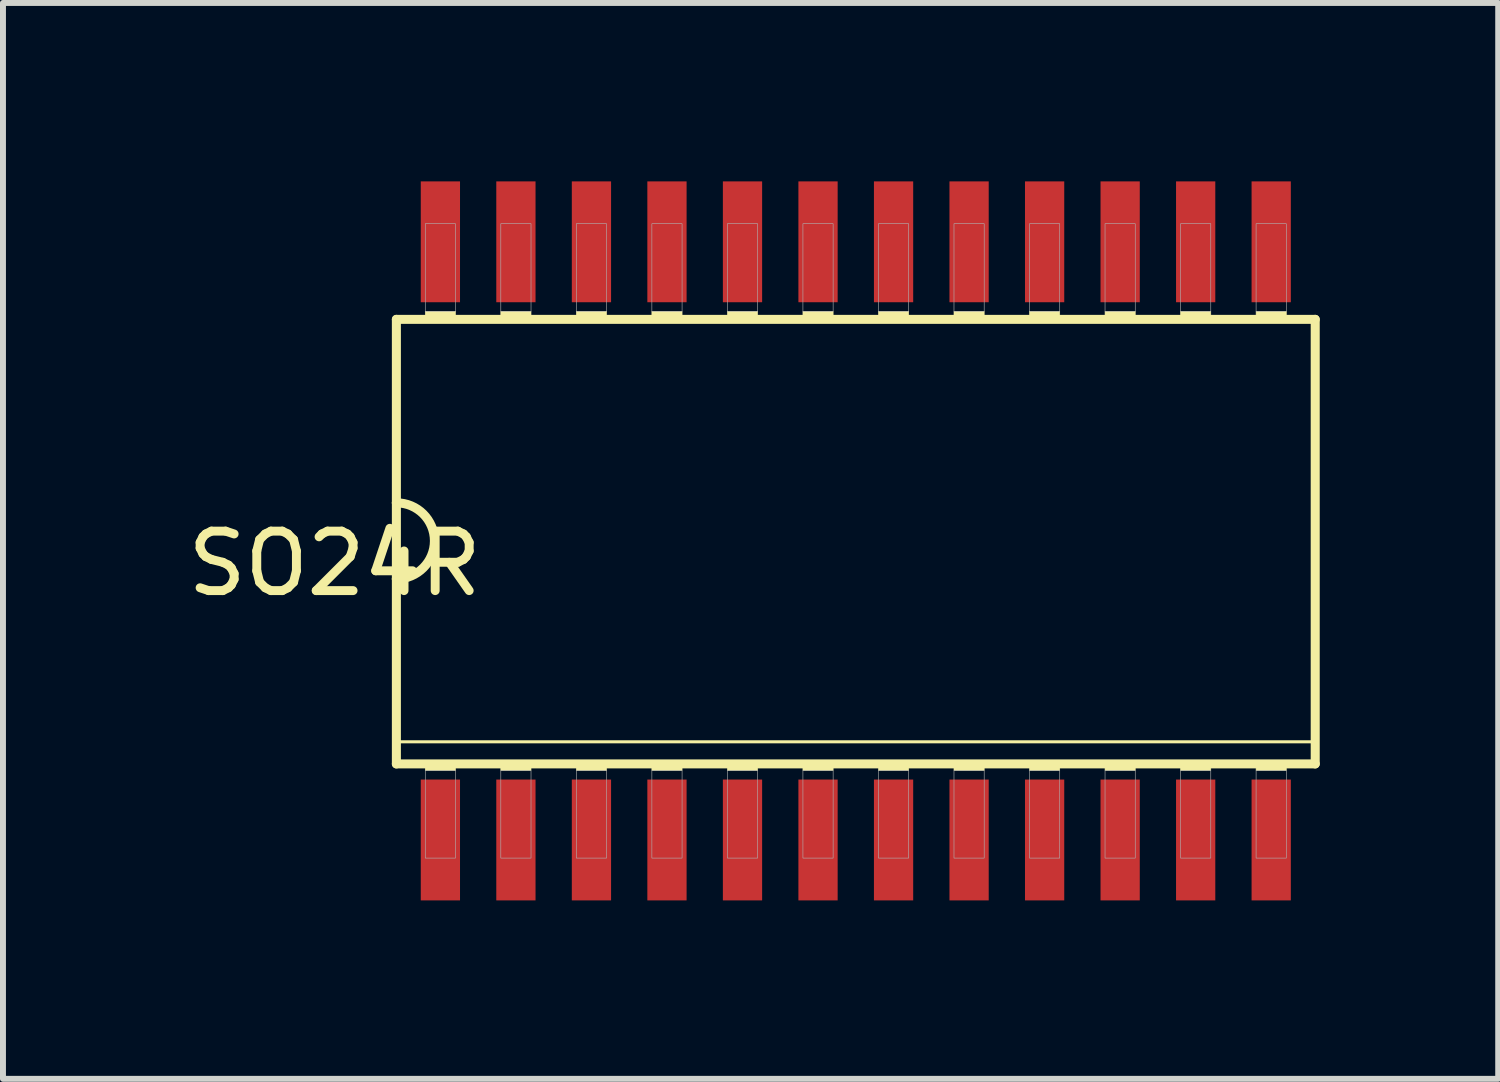
<source format=kicad_pcb>
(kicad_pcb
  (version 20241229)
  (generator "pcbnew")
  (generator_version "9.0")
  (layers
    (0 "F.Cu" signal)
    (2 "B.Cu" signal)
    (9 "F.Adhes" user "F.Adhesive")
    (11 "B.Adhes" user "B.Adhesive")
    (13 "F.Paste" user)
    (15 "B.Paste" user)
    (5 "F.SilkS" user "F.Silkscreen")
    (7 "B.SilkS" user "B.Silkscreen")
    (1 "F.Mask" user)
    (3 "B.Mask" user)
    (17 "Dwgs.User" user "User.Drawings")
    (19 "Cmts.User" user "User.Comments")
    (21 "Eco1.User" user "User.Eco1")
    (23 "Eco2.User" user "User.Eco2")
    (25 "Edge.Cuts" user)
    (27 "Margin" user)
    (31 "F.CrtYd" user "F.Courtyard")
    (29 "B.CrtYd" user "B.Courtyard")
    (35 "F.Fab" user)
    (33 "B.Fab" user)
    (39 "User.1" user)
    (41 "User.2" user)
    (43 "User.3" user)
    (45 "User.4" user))
  (footprint "SO24R"
    (layer "F.Cu")
    (at 11.34 6.045)
    (property "Reference" "SO24R" (at -8.763 0.381 180) (layer "F.SilkS") (effects (font (size 1 1) (thickness 0.15))))
    (attr through_hole)
    (fp_line (start -7.747 3.378) (end 7.747 3.378) (stroke (width 0.051) (type solid)) (layer "F.SilkS"))
    (fp_line (start -7.725 -3.725) (end -7.725 -0.64) (stroke (width 0.152) (type solid)) (layer "F.SilkS"))
    (fp_line (start -7.725 -0.64) (end -7.725 0.64) (stroke (width 0.152) (type solid)) (layer "F.SilkS"))
    (fp_line (start -7.725 0.64) (end -7.725 3.75) (stroke (width 0.152) (type solid)) (layer "F.SilkS"))
    (fp_line (start -7.725 3.75) (end 7.725 3.75) (stroke (width 0.152) (type solid)) (layer "F.SilkS"))
    (fp_line (start 7.725 -3.725) (end -7.725 -3.725) (stroke (width 0.152) (type solid)) (layer "F.SilkS"))
    (fp_line (start 7.725 3.75) (end 7.725 -3.725) (stroke (width 0.152) (type solid)) (layer "F.SilkS"))
    (fp_arc (start -7.725 -0.64) (mid -7.085 0) (end -7.725 0.64) (stroke (width 0.1524) (type solid)) (layer "F.SilkS"))
    (fp_poly (pts (xy -7.239 -3.861) (xy -6.731 -3.861) (xy -6.731 -3.734) (xy -7.239 -3.734)) (stroke (width 0.01) (type solid)) (fill yes) (layer "F.SilkS"))
    (fp_poly (pts (xy -7.239 3.734) (xy -6.731 3.734) (xy -6.731 3.861) (xy -7.239 3.861)) (stroke (width 0.01) (type solid)) (fill yes) (layer "F.SilkS"))
    (fp_poly (pts (xy -5.969 -3.861) (xy -5.461 -3.861) (xy -5.461 -3.734) (xy -5.969 -3.734)) (stroke (width 0.01) (type solid)) (fill yes) (layer "F.SilkS"))
    (fp_poly (pts (xy -5.969 3.734) (xy -5.461 3.734) (xy -5.461 3.861) (xy -5.969 3.861)) (stroke (width 0.01) (type solid)) (fill yes) (layer "F.SilkS"))
    (fp_poly (pts (xy -4.699 -3.861) (xy -4.191 -3.861) (xy -4.191 -3.734) (xy -4.699 -3.734)) (stroke (width 0.01) (type solid)) (fill yes) (layer "F.SilkS"))
    (fp_poly (pts (xy -4.699 3.734) (xy -4.191 3.734) (xy -4.191 3.861) (xy -4.699 3.861)) (stroke (width 0.01) (type solid)) (fill yes) (layer "F.SilkS"))
    (fp_poly (pts (xy -3.429 -3.861) (xy -2.921 -3.861) (xy -2.921 -3.734) (xy -3.429 -3.734)) (stroke (width 0.01) (type solid)) (fill yes) (layer "F.SilkS"))
    (fp_poly (pts (xy -3.429 3.734) (xy -2.921 3.734) (xy -2.921 3.861) (xy -3.429 3.861)) (stroke (width 0.01) (type solid)) (fill yes) (layer "F.SilkS"))
    (fp_poly (pts (xy -2.159 -3.861) (xy -1.651 -3.861) (xy -1.651 -3.734) (xy -2.159 -3.734)) (stroke (width 0.01) (type solid)) (fill yes) (layer "F.SilkS"))
    (fp_poly (pts (xy -2.159 3.734) (xy -1.651 3.734) (xy -1.651 3.861) (xy -2.159 3.861)) (stroke (width 0.01) (type solid)) (fill yes) (layer "F.SilkS"))
    (fp_poly (pts (xy -0.889 -3.861) (xy -0.381 -3.861) (xy -0.381 -3.734) (xy -0.889 -3.734)) (stroke (width 0.01) (type solid)) (fill yes) (layer "F.SilkS"))
    (fp_poly (pts (xy -0.889 3.734) (xy -0.381 3.734) (xy -0.381 3.861) (xy -0.889 3.861)) (stroke (width 0.01) (type solid)) (fill yes) (layer "F.SilkS"))
    (fp_poly (pts (xy 0.381 -3.861) (xy 0.889 -3.861) (xy 0.889 -3.734) (xy 0.381 -3.734)) (stroke (width 0.01) (type solid)) (fill yes) (layer "F.SilkS"))
    (fp_poly (pts (xy 0.381 3.734) (xy 0.889 3.734) (xy 0.889 3.861) (xy 0.381 3.861)) (stroke (width 0.01) (type solid)) (fill yes) (layer "F.SilkS"))
    (fp_poly (pts (xy 1.651 -3.861) (xy 2.159 -3.861) (xy 2.159 -3.734) (xy 1.651 -3.734)) (stroke (width 0.01) (type solid)) (fill yes) (layer "F.SilkS"))
    (fp_poly (pts (xy 1.651 3.734) (xy 2.159 3.734) (xy 2.159 3.861) (xy 1.651 3.861)) (stroke (width 0.01) (type solid)) (fill yes) (layer "F.SilkS"))
    (fp_poly (pts (xy 2.921 -3.861) (xy 3.429 -3.861) (xy 3.429 -3.734) (xy 2.921 -3.734)) (stroke (width 0.01) (type solid)) (fill yes) (layer "F.SilkS"))
    (fp_poly (pts (xy 2.921 3.734) (xy 3.429 3.734) (xy 3.429 3.861) (xy 2.921 3.861)) (stroke (width 0.01) (type solid)) (fill yes) (layer "F.SilkS"))
    (fp_poly (pts (xy 4.191 -3.861) (xy 4.699 -3.861) (xy 4.699 -3.734) (xy 4.191 -3.734)) (stroke (width 0.01) (type solid)) (fill yes) (layer "F.SilkS"))
    (fp_poly (pts (xy 4.191 3.734) (xy 4.699 3.734) (xy 4.699 3.861) (xy 4.191 3.861)) (stroke (width 0.01) (type solid)) (fill yes) (layer "F.SilkS"))
    (fp_poly (pts (xy 5.461 -3.861) (xy 5.969 -3.861) (xy 5.969 -3.734) (xy 5.461 -3.734)) (stroke (width 0.01) (type solid)) (fill yes) (layer "F.SilkS"))
    (fp_poly (pts (xy 5.461 3.734) (xy 5.969 3.734) (xy 5.969 3.861) (xy 5.461 3.861)) (stroke (width 0.01) (type solid)) (fill yes) (layer "F.SilkS"))
    (fp_poly (pts (xy 6.731 -3.861) (xy 7.239 -3.861) (xy 7.239 -3.734) (xy 6.731 -3.734)) (stroke (width 0.01) (type solid)) (fill yes) (layer "F.SilkS"))
    (fp_poly (pts (xy 6.731 3.734) (xy 7.239 3.734) (xy 7.239 3.861) (xy 6.731 3.861)) (stroke (width 0.01) (type solid)) (fill yes) (layer "F.SilkS"))
    (fp_poly (pts (xy -7.239 -5.334) (xy -6.731 -5.334) (xy -6.731 -3.861) (xy -7.239 -3.861)) (stroke (width 0.01) (type solid)) (fill no) (layer "F.Fab"))
    (fp_poly (pts (xy -7.239 3.861) (xy -6.731 3.861) (xy -6.731 5.334) (xy -7.239 5.334)) (stroke (width 0.01) (type solid)) (fill no) (layer "F.Fab"))
    (fp_poly (pts (xy -5.969 -5.334) (xy -5.461 -5.334) (xy -5.461 -3.861) (xy -5.969 -3.861)) (stroke (width 0.01) (type solid)) (fill no) (layer "F.Fab"))
    (fp_poly (pts (xy -5.969 3.861) (xy -5.461 3.861) (xy -5.461 5.334) (xy -5.969 5.334)) (stroke (width 0.01) (type solid)) (fill no) (layer "F.Fab"))
    (fp_poly (pts (xy -4.699 -5.334) (xy -4.191 -5.334) (xy -4.191 -3.861) (xy -4.699 -3.861)) (stroke (width 0.01) (type solid)) (fill no) (layer "F.Fab"))
    (fp_poly (pts (xy -4.699 3.861) (xy -4.191 3.861) (xy -4.191 5.334) (xy -4.699 5.334)) (stroke (width 0.01) (type solid)) (fill no) (layer "F.Fab"))
    (fp_poly (pts (xy -3.429 -5.334) (xy -2.921 -5.334) (xy -2.921 -3.861) (xy -3.429 -3.861)) (stroke (width 0.01) (type solid)) (fill no) (layer "F.Fab"))
    (fp_poly (pts (xy -3.429 3.861) (xy -2.921 3.861) (xy -2.921 5.334) (xy -3.429 5.334)) (stroke (width 0.01) (type solid)) (fill no) (layer "F.Fab"))
    (fp_poly (pts (xy -2.159 -5.334) (xy -1.651 -5.334) (xy -1.651 -3.861) (xy -2.159 -3.861)) (stroke (width 0.01) (type solid)) (fill no) (layer "F.Fab"))
    (fp_poly (pts (xy -2.159 3.861) (xy -1.651 3.861) (xy -1.651 5.334) (xy -2.159 5.334)) (stroke (width 0.01) (type solid)) (fill no) (layer "F.Fab"))
    (fp_poly (pts (xy -0.889 -5.334) (xy -0.381 -5.334) (xy -0.381 -3.861) (xy -0.889 -3.861)) (stroke (width 0.01) (type solid)) (fill no) (layer "F.Fab"))
    (fp_poly (pts (xy -0.889 3.861) (xy -0.381 3.861) (xy -0.381 5.334) (xy -0.889 5.334)) (stroke (width 0.01) (type solid)) (fill no) (layer "F.Fab"))
    (fp_poly (pts (xy 0.381 -5.334) (xy 0.889 -5.334) (xy 0.889 -3.861) (xy 0.381 -3.861)) (stroke (width 0.01) (type solid)) (fill no) (layer "F.Fab"))
    (fp_poly (pts (xy 0.381 3.861) (xy 0.889 3.861) (xy 0.889 5.334) (xy 0.381 5.334)) (stroke (width 0.01) (type solid)) (fill no) (layer "F.Fab"))
    (fp_poly (pts (xy 1.651 -5.334) (xy 2.159 -5.334) (xy 2.159 -3.861) (xy 1.651 -3.861)) (stroke (width 0.01) (type solid)) (fill no) (layer "F.Fab"))
    (fp_poly (pts (xy 1.651 3.861) (xy 2.159 3.861) (xy 2.159 5.334) (xy 1.651 5.334)) (stroke (width 0.01) (type solid)) (fill no) (layer "F.Fab"))
    (fp_poly (pts (xy 2.921 -5.334) (xy 3.429 -5.334) (xy 3.429 -3.861) (xy 2.921 -3.861)) (stroke (width 0.01) (type solid)) (fill no) (layer "F.Fab"))
    (fp_poly (pts (xy 2.921 3.861) (xy 3.429 3.861) (xy 3.429 5.334) (xy 2.921 5.334)) (stroke (width 0.01) (type solid)) (fill no) (layer "F.Fab"))
    (fp_poly (pts (xy 4.191 -5.334) (xy 4.699 -5.334) (xy 4.699 -3.861) (xy 4.191 -3.861)) (stroke (width 0.01) (type solid)) (fill no) (layer "F.Fab"))
    (fp_poly (pts (xy 4.191 3.861) (xy 4.699 3.861) (xy 4.699 5.334) (xy 4.191 5.334)) (stroke (width 0.01) (type solid)) (fill no) (layer "F.Fab"))
    (fp_poly (pts (xy 5.461 -5.334) (xy 5.969 -5.334) (xy 5.969 -3.861) (xy 5.461 -3.861)) (stroke (width 0.01) (type solid)) (fill no) (layer "F.Fab"))
    (fp_poly (pts (xy 5.461 3.861) (xy 5.969 3.861) (xy 5.969 5.334) (xy 5.461 5.334)) (stroke (width 0.01) (type solid)) (fill no) (layer "F.Fab"))
    (fp_poly (pts (xy 6.731 -5.334) (xy 7.239 -5.334) (xy 7.239 -3.861) (xy 6.731 -3.861)) (stroke (width 0.01) (type solid)) (fill no) (layer "F.Fab"))
    (fp_poly (pts (xy 6.731 3.861) (xy 7.239 3.861) (xy 7.239 5.334) (xy 6.731 5.334)) (stroke (width 0.01) (type solid)) (fill no) (layer "F.Fab"))
    (pad "1" smd rect (at -6.985 5.029) (size 0.66 2.032) (layers "F.Cu" "F.Mask" "F.Paste"))
    (pad "2" smd rect (at -5.715 5.029) (size 0.66 2.032) (layers "F.Cu" "F.Mask" "F.Paste"))
    (pad "3" smd rect (at -4.445 5.029) (size 0.66 2.032) (layers "F.Cu" "F.Mask" "F.Paste"))
    (pad "4" smd rect (at -3.175 5.029) (size 0.66 2.032) (layers "F.Cu" "F.Mask" "F.Paste"))
    (pad "5" smd rect (at -1.905 5.029) (size 0.66 2.032) (layers "F.Cu" "F.Mask" "F.Paste"))
    (pad "6" smd rect (at -0.635 5.029) (size 0.66 2.032) (layers "F.Cu" "F.Mask" "F.Paste"))
    (pad "7" smd rect (at 0.635 5.029) (size 0.66 2.032) (layers "F.Cu" "F.Mask" "F.Paste"))
    (pad "8" smd rect (at 1.905 5.029) (size 0.66 2.032) (layers "F.Cu" "F.Mask" "F.Paste"))
    (pad "9" smd rect (at 3.175 5.029) (size 0.66 2.032) (layers "F.Cu" "F.Mask" "F.Paste"))
    (pad "10" smd rect (at 4.445 5.029) (size 0.66 2.032) (layers "F.Cu" "F.Mask" "F.Paste"))
    (pad "11" smd rect (at 5.715 5.029) (size 0.66 2.032) (layers "F.Cu" "F.Mask" "F.Paste"))
    (pad "12" smd rect (at 6.985 5.029) (size 0.66 2.032) (layers "F.Cu" "F.Mask" "F.Paste"))
    (pad "13" smd rect (at 6.985 -5.029) (size 0.66 2.032) (layers "F.Cu" "F.Mask" "F.Paste"))
    (pad "14" smd rect (at 5.715 -5.029) (size 0.66 2.032) (layers "F.Cu" "F.Mask" "F.Paste"))
    (pad "15" smd rect (at 4.445 -5.029) (size 0.66 2.032) (layers "F.Cu" "F.Mask" "F.Paste"))
    (pad "16" smd rect (at 3.175 -5.029) (size 0.66 2.032) (layers "F.Cu" "F.Mask" "F.Paste"))
    (pad "17" smd rect (at 1.905 -5.029) (size 0.66 2.032) (layers "F.Cu" "F.Mask" "F.Paste"))
    (pad "18" smd rect (at 0.635 -5.029) (size 0.66 2.032) (layers "F.Cu" "F.Mask" "F.Paste"))
    (pad "19" smd rect (at -0.635 -5.029) (size 0.66 2.032) (layers "F.Cu" "F.Mask" "F.Paste"))
    (pad "20" smd rect (at -1.905 -5.029) (size 0.66 2.032) (layers "F.Cu" "F.Mask" "F.Paste"))
    (pad "21" smd rect (at -3.175 -5.029) (size 0.66 2.032) (layers "F.Cu" "F.Mask" "F.Paste"))
    (pad "22" smd rect (at -4.445 -5.029) (size 0.66 2.032) (layers "F.Cu" "F.Mask" "F.Paste"))
    (pad "23" smd rect (at -5.715 -5.029) (size 0.66 2.032) (layers "F.Cu" "F.Mask" "F.Paste"))
    (pad "24" smd rect (at -6.985 -5.029) (size 0.66 2.032) (layers "F.Cu" "F.Mask" "F.Paste")))
  (gr_rect
    (start -3 -3)
    (end 22.142 15.09)
    (stroke (width 0.1) (type default))
    (fill no)
    (layer "Edge.Cuts")))
</source>
